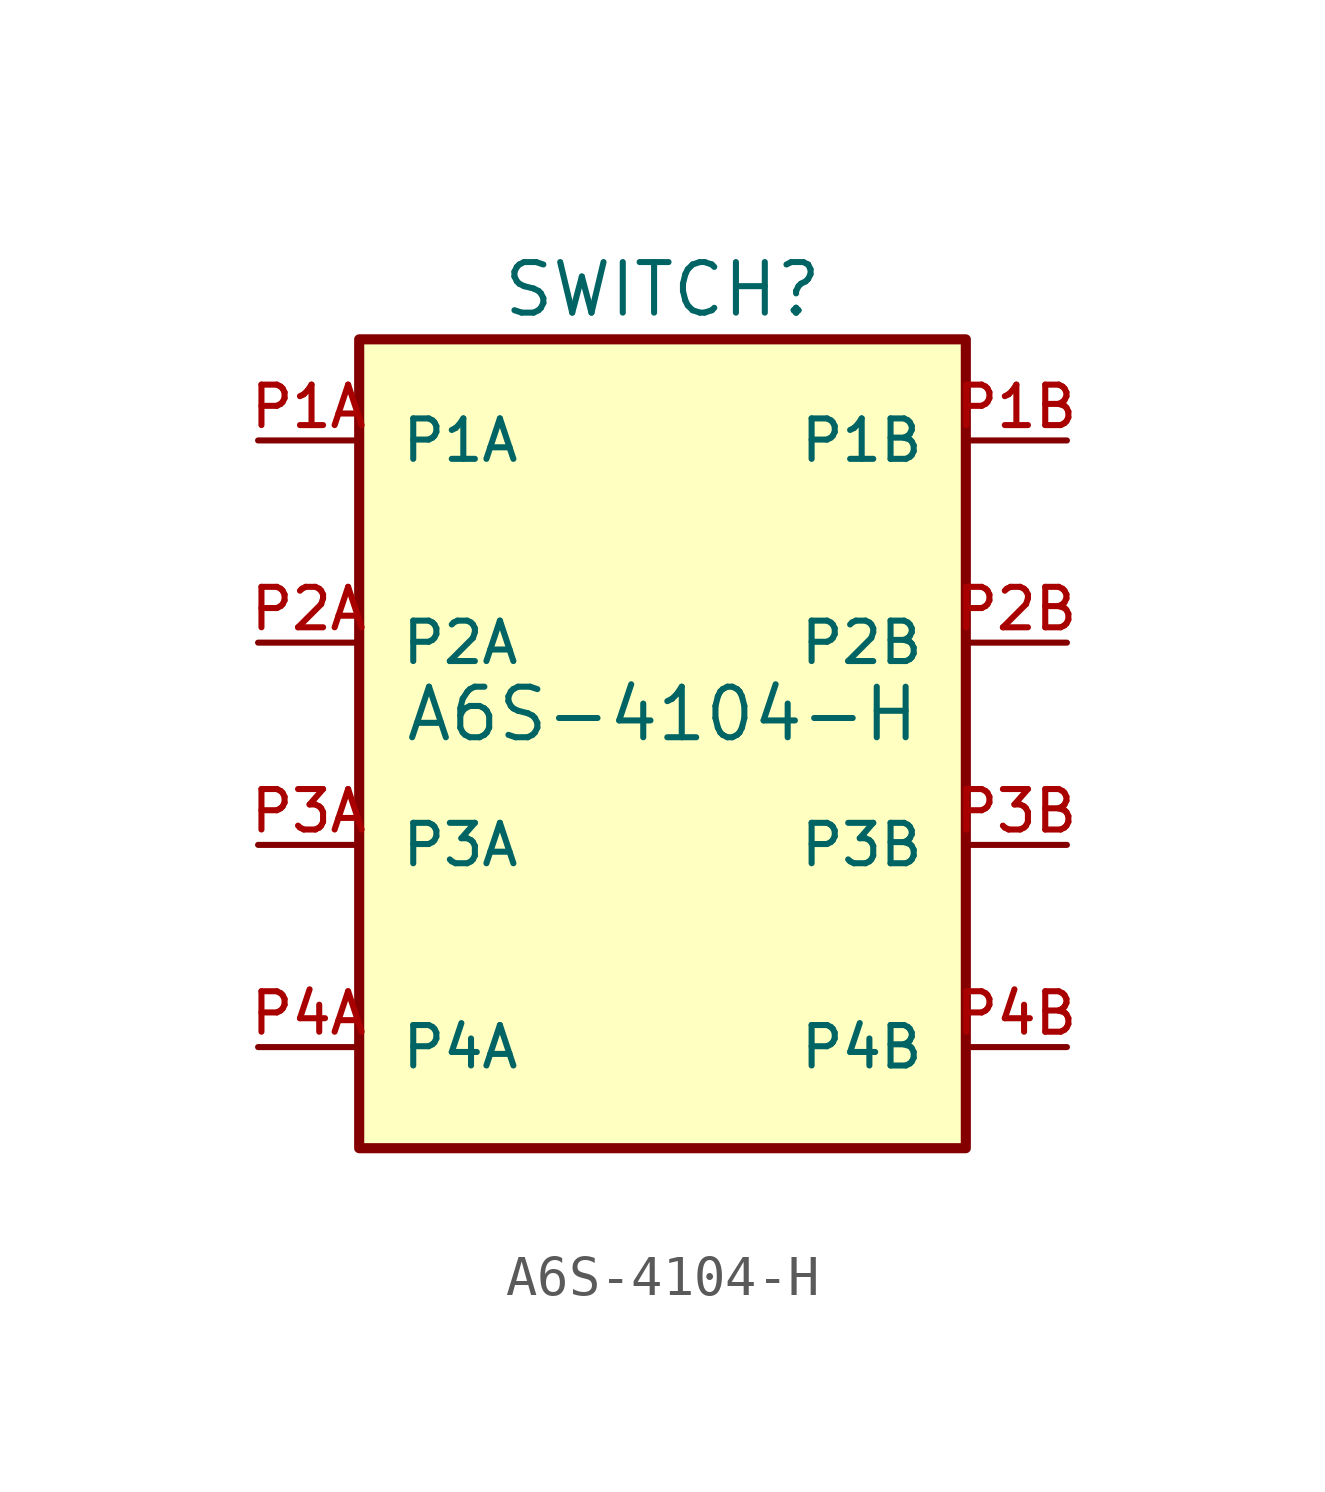
<source format=kicad_sym>
(kicad_symbol_lib
  (version 20211014)
  (generator kicad_symbol_editor)
  (symbol "A6S-4104-H"
    (pin_names
      (offset 1.016))
    (property "Reference" "SWITCH"
      (at 0.0 10.668 0)
      (effects (font (size 1.27 1.27)) (justify bottom)))
    (property "Value" "A6S-4104-H"
      (at 0 0.0 0)
      (effects (font (size 1.27 1.27)) (justify bottom)))
    (symbol "A6S-4104-H_0_0"
      (rectangle (start -7.62 -10.16) (end 7.62 10.16) (stroke (width 0.254)) (fill (type background)))
      (pin bidirectional line (at -10.16 7.62 0) (length 2.54) (name "P1A" (effects (font (size 1.016 1.016)))) (number "P1A" (effects (font (size 1.016 1.016)))))
      (pin bidirectional line (at -10.16 2.54 0) (length 2.54) (name "P2A" (effects (font (size 1.016 1.016)))) (number "P2A" (effects (font (size 1.016 1.016)))))
      (pin bidirectional line (at -10.16 -2.54 0) (length 2.54) (name "P3A" (effects (font (size 1.016 1.016)))) (number "P3A" (effects (font (size 1.016 1.016)))))
      (pin bidirectional line (at -10.16 -7.62 0) (length 2.54) (name "P4A" (effects (font (size 1.016 1.016)))) (number "P4A" (effects (font (size 1.016 1.016)))))
      (pin bidirectional line (at 10.16 -7.62 180.0) (length 2.54) (name "P4B" (effects (font (size 1.016 1.016)))) (number "P4B" (effects (font (size 1.016 1.016)))))
      (pin bidirectional line (at 10.16 -2.54 180.0) (length 2.54) (name "P3B" (effects (font (size 1.016 1.016)))) (number "P3B" (effects (font (size 1.016 1.016)))))
      (pin bidirectional line (at 10.16 2.54 180.0) (length 2.54) (name "P2B" (effects (font (size 1.016 1.016)))) (number "P2B" (effects (font (size 1.016 1.016)))))
      (pin bidirectional line (at 10.16 7.62 180.0) (length 2.54) (name "P1B" (effects (font (size 1.016 1.016)))) (number "P1B" (effects (font (size 1.016 1.016))))))))
</source>
